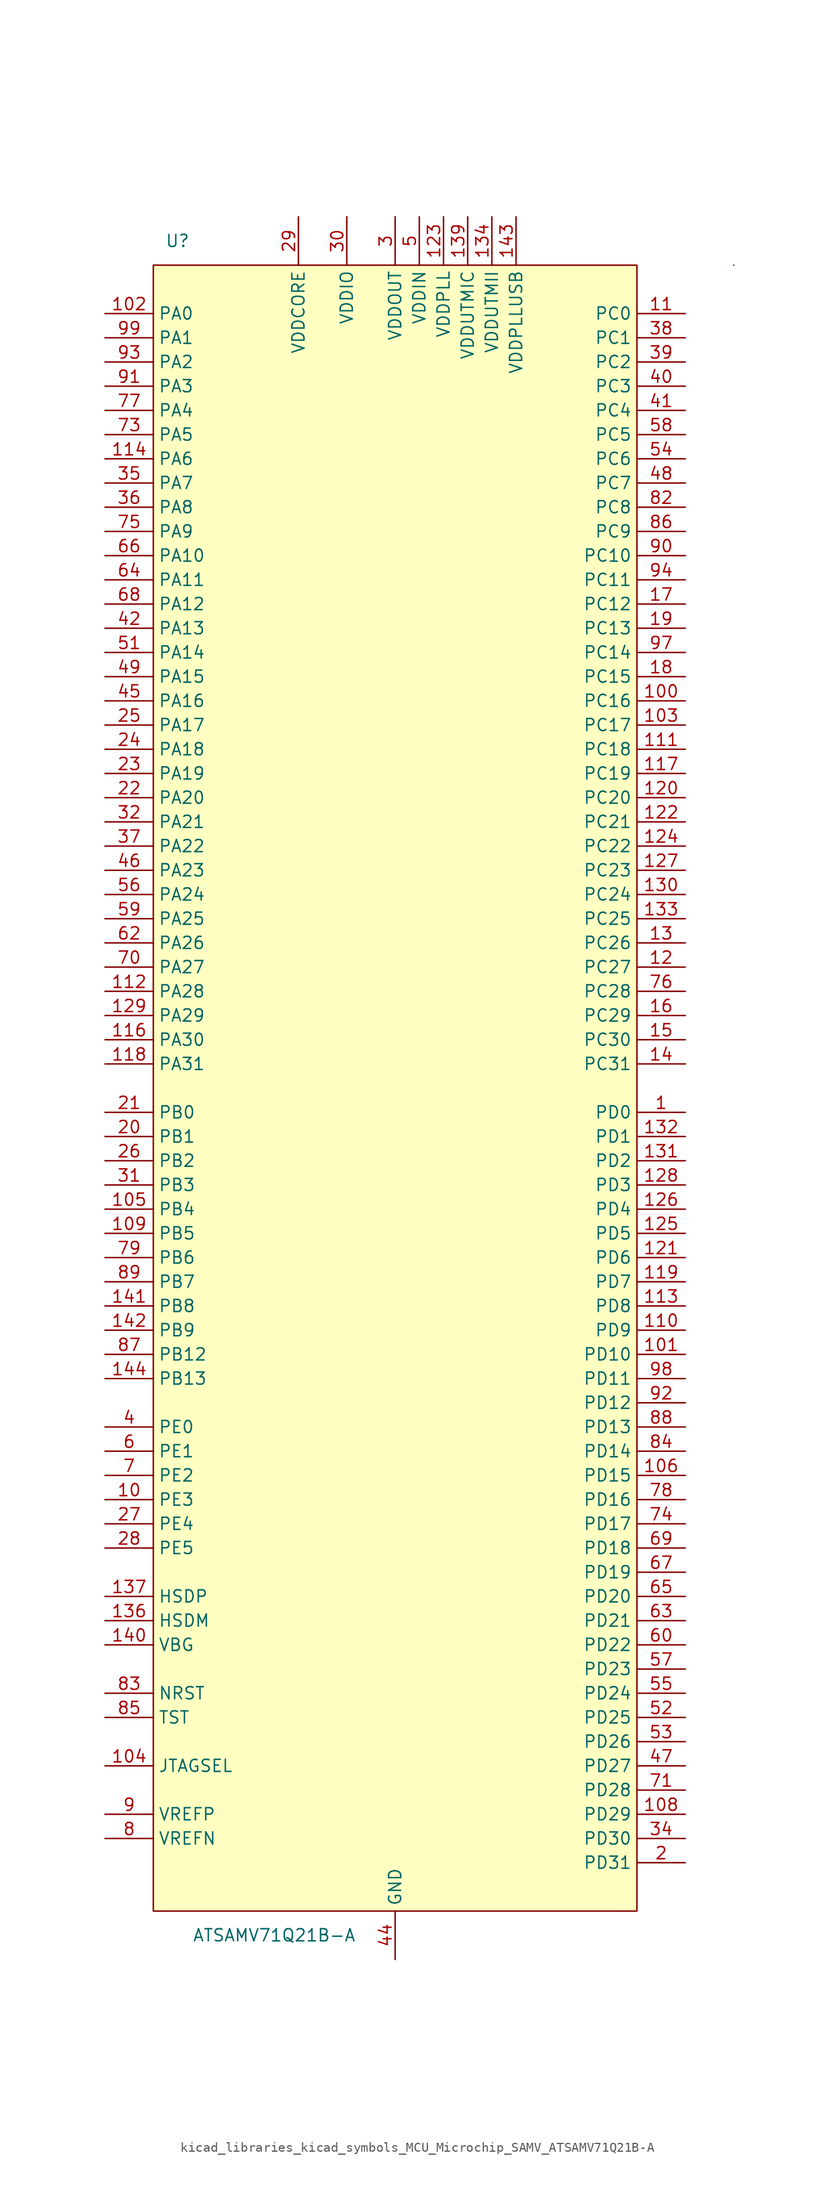
<source format=kicad_sym>
(kicad_symbol_lib
  (version 20220914)
  (generator kicad_symbol_editor)
  (symbol "kicad_libraries_kicad_symbols_MCU_Microchip_SAMV_ATSAMV71Q21B-A"
    (property "Reference" "U"
      (at -22.86 88.9 0)
      (effects (font (size 1.27 1.27))))
    (property "Value" "ATSAMV71Q21B-A"
      (at -12.7 -88.9 0)
      (effects (font (size 1.27 1.27))))
    (symbol "kicad_libraries_kicad_symbols_MCU_Microchip_SAMV_ATSAMV71Q21B-A_0_1"
      (rectangle (start 25.4 86.36) (end -25.4 -86.36) (stroke (width 0) (type default)) (fill (type background)))
      (rectangle (start 35.56 86.36) (end 35.56 86.36) (stroke (width 0) (type default)) (fill (type none))))
    (symbol "kicad_libraries_kicad_symbols_MCU_Microchip_SAMV_ATSAMV71Q21B-A_1_1"
      (pin bidirectional line (at 30.48 -2.54 180) (length 5.08) (name "PD0" (effects (font (size 1.27 1.27)))) (number "1" (effects (font (size 1.27 1.27)))))
      (pin bidirectional line (at -30.48 -43.18 0) (length 5.08) (name "PE3" (effects (font (size 1.27 1.27)))) (number "10" (effects (font (size 1.27 1.27)))))
      (pin bidirectional line (at 30.48 40.64 180) (length 5.08) (name "PC16" (effects (font (size 1.27 1.27)))) (number "100" (effects (font (size 1.27 1.27)))))
      (pin bidirectional line (at 30.48 -27.94 180) (length 5.08) (name "PD10" (effects (font (size 1.27 1.27)))) (number "101" (effects (font (size 1.27 1.27)))))
      (pin bidirectional line (at -30.48 81.28 0) (length 5.08) (name "PA0" (effects (font (size 1.27 1.27)))) (number "102" (effects (font (size 1.27 1.27)))))
      (pin bidirectional line (at 30.48 38.1 180) (length 5.08) (name "PC17" (effects (font (size 1.27 1.27)))) (number "103" (effects (font (size 1.27 1.27)))))
      (pin input line (at -30.48 -71.12 0) (length 5.08) (name "JTAGSEL" (effects (font (size 1.27 1.27)))) (number "104" (effects (font (size 1.27 1.27)))))
      (pin bidirectional line (at -30.48 -12.7 0) (length 5.08) (name "PB4" (effects (font (size 1.27 1.27)))) (number "105" (effects (font (size 1.27 1.27)))))
      (pin bidirectional line (at 30.48 -40.64 180) (length 5.08) (name "PD15" (effects (font (size 1.27 1.27)))) (number "106" (effects (font (size 1.27 1.27)))))
      (pin passive line (at -10.16 91.44 270) (length 5.08) hide (name "VDDCORE" (effects (font (size 1.27 1.27)))) (number "107" (effects (font (size 1.27 1.27)))))
      (pin bidirectional line (at 30.48 -76.2 180) (length 5.08) (name "PD29" (effects (font (size 1.27 1.27)))) (number "108" (effects (font (size 1.27 1.27)))))
      (pin bidirectional line (at -30.48 -15.24 0) (length 5.08) (name "PB5" (effects (font (size 1.27 1.27)))) (number "109" (effects (font (size 1.27 1.27)))))
      (pin bidirectional line (at 30.48 81.28 180) (length 5.08) (name "PC0" (effects (font (size 1.27 1.27)))) (number "11" (effects (font (size 1.27 1.27)))))
      (pin bidirectional line (at 30.48 -25.4 180) (length 5.08) (name "PD9" (effects (font (size 1.27 1.27)))) (number "110" (effects (font (size 1.27 1.27)))))
      (pin bidirectional line (at 30.48 35.56 180) (length 5.08) (name "PC18" (effects (font (size 1.27 1.27)))) (number "111" (effects (font (size 1.27 1.27)))))
      (pin bidirectional line (at -30.48 10.16 0) (length 5.08) (name "PA28" (effects (font (size 1.27 1.27)))) (number "112" (effects (font (size 1.27 1.27)))))
      (pin bidirectional line (at 30.48 -22.86 180) (length 5.08) (name "PD8" (effects (font (size 1.27 1.27)))) (number "113" (effects (font (size 1.27 1.27)))))
      (pin bidirectional line (at -30.48 66.04 0) (length 5.08) (name "PA6" (effects (font (size 1.27 1.27)))) (number "114" (effects (font (size 1.27 1.27)))))
      (pin passive line (at 0 -91.44 90) (length 5.08) hide (name "GND" (effects (font (size 1.27 1.27)))) (number "115" (effects (font (size 1.27 1.27)))))
      (pin bidirectional line (at -30.48 5.08 0) (length 5.08) (name "PA30" (effects (font (size 1.27 1.27)))) (number "116" (effects (font (size 1.27 1.27)))))
      (pin bidirectional line (at 30.48 33.02 180) (length 5.08) (name "PC19" (effects (font (size 1.27 1.27)))) (number "117" (effects (font (size 1.27 1.27)))))
      (pin bidirectional line (at -30.48 2.54 0) (length 5.08) (name "PA31" (effects (font (size 1.27 1.27)))) (number "118" (effects (font (size 1.27 1.27)))))
      (pin bidirectional line (at 30.48 -20.32 180) (length 5.08) (name "PD7" (effects (font (size 1.27 1.27)))) (number "119" (effects (font (size 1.27 1.27)))))
      (pin bidirectional line (at 30.48 12.7 180) (length 5.08) (name "PC27" (effects (font (size 1.27 1.27)))) (number "12" (effects (font (size 1.27 1.27)))))
      (pin bidirectional line (at 30.48 30.48 180) (length 5.08) (name "PC20" (effects (font (size 1.27 1.27)))) (number "120" (effects (font (size 1.27 1.27)))))
      (pin bidirectional line (at 30.48 -17.78 180) (length 5.08) (name "PD6" (effects (font (size 1.27 1.27)))) (number "121" (effects (font (size 1.27 1.27)))))
      (pin bidirectional line (at 30.48 27.94 180) (length 5.08) (name "PC21" (effects (font (size 1.27 1.27)))) (number "122" (effects (font (size 1.27 1.27)))))
      (pin power_in line (at 5.08 91.44 270) (length 5.08) (name "VDDPLL" (effects (font (size 1.27 1.27)))) (number "123" (effects (font (size 1.27 1.27)))))
      (pin bidirectional line (at 30.48 25.4 180) (length 5.08) (name "PC22" (effects (font (size 1.27 1.27)))) (number "124" (effects (font (size 1.27 1.27)))))
      (pin bidirectional line (at 30.48 -15.24 180) (length 5.08) (name "PD5" (effects (font (size 1.27 1.27)))) (number "125" (effects (font (size 1.27 1.27)))))
      (pin bidirectional line (at 30.48 -12.7 180) (length 5.08) (name "PD4" (effects (font (size 1.27 1.27)))) (number "126" (effects (font (size 1.27 1.27)))))
      (pin bidirectional line (at 30.48 22.86 180) (length 5.08) (name "PC23" (effects (font (size 1.27 1.27)))) (number "127" (effects (font (size 1.27 1.27)))))
      (pin bidirectional line (at 30.48 -10.16 180) (length 5.08) (name "PD3" (effects (font (size 1.27 1.27)))) (number "128" (effects (font (size 1.27 1.27)))))
      (pin bidirectional line (at -30.48 7.62 0) (length 5.08) (name "PA29" (effects (font (size 1.27 1.27)))) (number "129" (effects (font (size 1.27 1.27)))))
      (pin bidirectional line (at 30.48 15.24 180) (length 5.08) (name "PC26" (effects (font (size 1.27 1.27)))) (number "13" (effects (font (size 1.27 1.27)))))
      (pin bidirectional line (at 30.48 20.32 180) (length 5.08) (name "PC24" (effects (font (size 1.27 1.27)))) (number "130" (effects (font (size 1.27 1.27)))))
      (pin bidirectional line (at 30.48 -7.62 180) (length 5.08) (name "PD2" (effects (font (size 1.27 1.27)))) (number "131" (effects (font (size 1.27 1.27)))))
      (pin bidirectional line (at 30.48 -5.08 180) (length 5.08) (name "PD1" (effects (font (size 1.27 1.27)))) (number "132" (effects (font (size 1.27 1.27)))))
      (pin bidirectional line (at 30.48 17.78 180) (length 5.08) (name "PC25" (effects (font (size 1.27 1.27)))) (number "133" (effects (font (size 1.27 1.27)))))
      (pin power_in line (at 10.16 91.44 270) (length 5.08) (name "VDDUTMII" (effects (font (size 1.27 1.27)))) (number "134" (effects (font (size 1.27 1.27)))))
      (pin passive line (at 0 -91.44 90) (length 5.08) hide (name "GND" (effects (font (size 1.27 1.27)))) (number "135" (effects (font (size 1.27 1.27)))))
      (pin bidirectional line (at -30.48 -55.88 0) (length 5.08) (name "HSDM" (effects (font (size 1.27 1.27)))) (number "136" (effects (font (size 1.27 1.27)))))
      (pin bidirectional line (at -30.48 -53.34 0) (length 5.08) (name "HSDP" (effects (font (size 1.27 1.27)))) (number "137" (effects (font (size 1.27 1.27)))))
      (pin passive line (at 0 -91.44 90) (length 5.08) hide (name "GND" (effects (font (size 1.27 1.27)))) (number "138" (effects (font (size 1.27 1.27)))))
      (pin power_in line (at 7.62 91.44 270) (length 5.08) (name "VDDUTMIC" (effects (font (size 1.27 1.27)))) (number "139" (effects (font (size 1.27 1.27)))))
      (pin bidirectional line (at 30.48 2.54 180) (length 5.08) (name "PC31" (effects (font (size 1.27 1.27)))) (number "14" (effects (font (size 1.27 1.27)))))
      (pin input line (at -30.48 -58.42 0) (length 5.08) (name "VBG" (effects (font (size 1.27 1.27)))) (number "140" (effects (font (size 1.27 1.27)))))
      (pin bidirectional line (at -30.48 -22.86 0) (length 5.08) (name "PB8" (effects (font (size 1.27 1.27)))) (number "141" (effects (font (size 1.27 1.27)))))
      (pin bidirectional line (at -30.48 -25.4 0) (length 5.08) (name "PB9" (effects (font (size 1.27 1.27)))) (number "142" (effects (font (size 1.27 1.27)))))
      (pin power_in line (at 12.7 91.44 270) (length 5.08) (name "VDDPLLUSB" (effects (font (size 1.27 1.27)))) (number "143" (effects (font (size 1.27 1.27)))))
      (pin bidirectional line (at -30.48 -30.48 0) (length 5.08) (name "PB13" (effects (font (size 1.27 1.27)))) (number "144" (effects (font (size 1.27 1.27)))))
      (pin bidirectional line (at 30.48 5.08 180) (length 5.08) (name "PC30" (effects (font (size 1.27 1.27)))) (number "15" (effects (font (size 1.27 1.27)))))
      (pin bidirectional line (at 30.48 7.62 180) (length 5.08) (name "PC29" (effects (font (size 1.27 1.27)))) (number "16" (effects (font (size 1.27 1.27)))))
      (pin bidirectional line (at 30.48 50.8 180) (length 5.08) (name "PC12" (effects (font (size 1.27 1.27)))) (number "17" (effects (font (size 1.27 1.27)))))
      (pin bidirectional line (at 30.48 43.18 180) (length 5.08) (name "PC15" (effects (font (size 1.27 1.27)))) (number "18" (effects (font (size 1.27 1.27)))))
      (pin bidirectional line (at 30.48 48.26 180) (length 5.08) (name "PC13" (effects (font (size 1.27 1.27)))) (number "19" (effects (font (size 1.27 1.27)))))
      (pin bidirectional line (at 30.48 -81.28 180) (length 5.08) (name "PD31" (effects (font (size 1.27 1.27)))) (number "2" (effects (font (size 1.27 1.27)))))
      (pin bidirectional line (at -30.48 -5.08 0) (length 5.08) (name "PB1" (effects (font (size 1.27 1.27)))) (number "20" (effects (font (size 1.27 1.27)))))
      (pin bidirectional line (at -30.48 -2.54 0) (length 5.08) (name "PB0" (effects (font (size 1.27 1.27)))) (number "21" (effects (font (size 1.27 1.27)))))
      (pin bidirectional line (at -30.48 30.48 0) (length 5.08) (name "PA20" (effects (font (size 1.27 1.27)))) (number "22" (effects (font (size 1.27 1.27)))))
      (pin bidirectional line (at -30.48 33.02 0) (length 5.08) (name "PA19" (effects (font (size 1.27 1.27)))) (number "23" (effects (font (size 1.27 1.27)))))
      (pin bidirectional line (at -30.48 35.56 0) (length 5.08) (name "PA18" (effects (font (size 1.27 1.27)))) (number "24" (effects (font (size 1.27 1.27)))))
      (pin bidirectional line (at -30.48 38.1 0) (length 5.08) (name "PA17" (effects (font (size 1.27 1.27)))) (number "25" (effects (font (size 1.27 1.27)))))
      (pin bidirectional line (at -30.48 -7.62 0) (length 5.08) (name "PB2" (effects (font (size 1.27 1.27)))) (number "26" (effects (font (size 1.27 1.27)))))
      (pin bidirectional line (at -30.48 -45.72 0) (length 5.08) (name "PE4" (effects (font (size 1.27 1.27)))) (number "27" (effects (font (size 1.27 1.27)))))
      (pin bidirectional line (at -30.48 -48.26 0) (length 5.08) (name "PE5" (effects (font (size 1.27 1.27)))) (number "28" (effects (font (size 1.27 1.27)))))
      (pin power_in line (at -10.16 91.44 270) (length 5.08) (name "VDDCORE" (effects (font (size 1.27 1.27)))) (number "29" (effects (font (size 1.27 1.27)))))
      (pin power_in line (at 0 91.44 270) (length 5.08) (name "VDDOUT" (effects (font (size 1.27 1.27)))) (number "3" (effects (font (size 1.27 1.27)))))
      (pin power_in line (at -5.08 91.44 270) (length 5.08) (name "VDDIO" (effects (font (size 1.27 1.27)))) (number "30" (effects (font (size 1.27 1.27)))))
      (pin bidirectional line (at -30.48 -10.16 0) (length 5.08) (name "PB3" (effects (font (size 1.27 1.27)))) (number "31" (effects (font (size 1.27 1.27)))))
      (pin bidirectional line (at -30.48 27.94 0) (length 5.08) (name "PA21" (effects (font (size 1.27 1.27)))) (number "32" (effects (font (size 1.27 1.27)))))
      (pin passive line (at -10.16 91.44 270) (length 5.08) hide (name "VDDCORE" (effects (font (size 1.27 1.27)))) (number "33" (effects (font (size 1.27 1.27)))))
      (pin bidirectional line (at 30.48 -78.74 180) (length 5.08) (name "PD30" (effects (font (size 1.27 1.27)))) (number "34" (effects (font (size 1.27 1.27)))))
      (pin bidirectional line (at -30.48 63.5 0) (length 5.08) (name "PA7" (effects (font (size 1.27 1.27)))) (number "35" (effects (font (size 1.27 1.27)))))
      (pin bidirectional line (at -30.48 60.96 0) (length 5.08) (name "PA8" (effects (font (size 1.27 1.27)))) (number "36" (effects (font (size 1.27 1.27)))))
      (pin bidirectional line (at -30.48 25.4 0) (length 5.08) (name "PA22" (effects (font (size 1.27 1.27)))) (number "37" (effects (font (size 1.27 1.27)))))
      (pin bidirectional line (at 30.48 78.74 180) (length 5.08) (name "PC1" (effects (font (size 1.27 1.27)))) (number "38" (effects (font (size 1.27 1.27)))))
      (pin bidirectional line (at 30.48 76.2 180) (length 5.08) (name "PC2" (effects (font (size 1.27 1.27)))) (number "39" (effects (font (size 1.27 1.27)))))
      (pin bidirectional line (at -30.48 -35.56 0) (length 5.08) (name "PE0" (effects (font (size 1.27 1.27)))) (number "4" (effects (font (size 1.27 1.27)))))
      (pin bidirectional line (at 30.48 73.66 180) (length 5.08) (name "PC3" (effects (font (size 1.27 1.27)))) (number "40" (effects (font (size 1.27 1.27)))))
      (pin bidirectional line (at 30.48 71.12 180) (length 5.08) (name "PC4" (effects (font (size 1.27 1.27)))) (number "41" (effects (font (size 1.27 1.27)))))
      (pin bidirectional line (at -30.48 48.26 0) (length 5.08) (name "PA13" (effects (font (size 1.27 1.27)))) (number "42" (effects (font (size 1.27 1.27)))))
      (pin passive line (at -5.08 91.44 270) (length 5.08) hide (name "VDDIO" (effects (font (size 1.27 1.27)))) (number "43" (effects (font (size 1.27 1.27)))))
      (pin power_in line (at 0 -91.44 90) (length 5.08) (name "GND" (effects (font (size 1.27 1.27)))) (number "44" (effects (font (size 1.27 1.27)))))
      (pin bidirectional line (at -30.48 40.64 0) (length 5.08) (name "PA16" (effects (font (size 1.27 1.27)))) (number "45" (effects (font (size 1.27 1.27)))))
      (pin bidirectional line (at -30.48 22.86 0) (length 5.08) (name "PA23" (effects (font (size 1.27 1.27)))) (number "46" (effects (font (size 1.27 1.27)))))
      (pin bidirectional line (at 30.48 -71.12 180) (length 5.08) (name "PD27" (effects (font (size 1.27 1.27)))) (number "47" (effects (font (size 1.27 1.27)))))
      (pin bidirectional line (at 30.48 63.5 180) (length 5.08) (name "PC7" (effects (font (size 1.27 1.27)))) (number "48" (effects (font (size 1.27 1.27)))))
      (pin bidirectional line (at -30.48 43.18 0) (length 5.08) (name "PA15" (effects (font (size 1.27 1.27)))) (number "49" (effects (font (size 1.27 1.27)))))
      (pin power_in line (at 2.54 91.44 270) (length 5.08) (name "VDDIN" (effects (font (size 1.27 1.27)))) (number "5" (effects (font (size 1.27 1.27)))))
      (pin passive line (at -10.16 91.44 270) (length 5.08) hide (name "VDDCORE" (effects (font (size 1.27 1.27)))) (number "50" (effects (font (size 1.27 1.27)))))
      (pin bidirectional line (at -30.48 45.72 0) (length 5.08) (name "PA14" (effects (font (size 1.27 1.27)))) (number "51" (effects (font (size 1.27 1.27)))))
      (pin bidirectional line (at 30.48 -66.04 180) (length 5.08) (name "PD25" (effects (font (size 1.27 1.27)))) (number "52" (effects (font (size 1.27 1.27)))))
      (pin bidirectional line (at 30.48 -68.58 180) (length 5.08) (name "PD26" (effects (font (size 1.27 1.27)))) (number "53" (effects (font (size 1.27 1.27)))))
      (pin bidirectional line (at 30.48 66.04 180) (length 5.08) (name "PC6" (effects (font (size 1.27 1.27)))) (number "54" (effects (font (size 1.27 1.27)))))
      (pin bidirectional line (at 30.48 -63.5 180) (length 5.08) (name "PD24" (effects (font (size 1.27 1.27)))) (number "55" (effects (font (size 1.27 1.27)))))
      (pin bidirectional line (at -30.48 20.32 0) (length 5.08) (name "PA24" (effects (font (size 1.27 1.27)))) (number "56" (effects (font (size 1.27 1.27)))))
      (pin bidirectional line (at 30.48 -60.96 180) (length 5.08) (name "PD23" (effects (font (size 1.27 1.27)))) (number "57" (effects (font (size 1.27 1.27)))))
      (pin bidirectional line (at 30.48 68.58 180) (length 5.08) (name "PC5" (effects (font (size 1.27 1.27)))) (number "58" (effects (font (size 1.27 1.27)))))
      (pin bidirectional line (at -30.48 17.78 0) (length 5.08) (name "PA25" (effects (font (size 1.27 1.27)))) (number "59" (effects (font (size 1.27 1.27)))))
      (pin bidirectional line (at -30.48 -38.1 0) (length 5.08) (name "PE1" (effects (font (size 1.27 1.27)))) (number "6" (effects (font (size 1.27 1.27)))))
      (pin bidirectional line (at 30.48 -58.42 180) (length 5.08) (name "PD22" (effects (font (size 1.27 1.27)))) (number "60" (effects (font (size 1.27 1.27)))))
      (pin passive line (at 0 -91.44 90) (length 5.08) hide (name "GND" (effects (font (size 1.27 1.27)))) (number "61" (effects (font (size 1.27 1.27)))))
      (pin bidirectional line (at -30.48 15.24 0) (length 5.08) (name "PA26" (effects (font (size 1.27 1.27)))) (number "62" (effects (font (size 1.27 1.27)))))
      (pin bidirectional line (at 30.48 -55.88 180) (length 5.08) (name "PD21" (effects (font (size 1.27 1.27)))) (number "63" (effects (font (size 1.27 1.27)))))
      (pin bidirectional line (at -30.48 53.34 0) (length 5.08) (name "PA11" (effects (font (size 1.27 1.27)))) (number "64" (effects (font (size 1.27 1.27)))))
      (pin bidirectional line (at 30.48 -53.34 180) (length 5.08) (name "PD20" (effects (font (size 1.27 1.27)))) (number "65" (effects (font (size 1.27 1.27)))))
      (pin bidirectional line (at -30.48 55.88 0) (length 5.08) (name "PA10" (effects (font (size 1.27 1.27)))) (number "66" (effects (font (size 1.27 1.27)))))
      (pin bidirectional line (at 30.48 -50.8 180) (length 5.08) (name "PD19" (effects (font (size 1.27 1.27)))) (number "67" (effects (font (size 1.27 1.27)))))
      (pin bidirectional line (at -30.48 50.8 0) (length 5.08) (name "PA12" (effects (font (size 1.27 1.27)))) (number "68" (effects (font (size 1.27 1.27)))))
      (pin bidirectional line (at 30.48 -48.26 180) (length 5.08) (name "PD18" (effects (font (size 1.27 1.27)))) (number "69" (effects (font (size 1.27 1.27)))))
      (pin bidirectional line (at -30.48 -40.64 0) (length 5.08) (name "PE2" (effects (font (size 1.27 1.27)))) (number "7" (effects (font (size 1.27 1.27)))))
      (pin bidirectional line (at -30.48 12.7 0) (length 5.08) (name "PA27" (effects (font (size 1.27 1.27)))) (number "70" (effects (font (size 1.27 1.27)))))
      (pin bidirectional line (at 30.48 -73.66 180) (length 5.08) (name "PD28" (effects (font (size 1.27 1.27)))) (number "71" (effects (font (size 1.27 1.27)))))
      (pin passive line (at -5.08 91.44 270) (length 5.08) hide (name "VDDIO" (effects (font (size 1.27 1.27)))) (number "72" (effects (font (size 1.27 1.27)))))
      (pin bidirectional line (at -30.48 68.58 0) (length 5.08) (name "PA5" (effects (font (size 1.27 1.27)))) (number "73" (effects (font (size 1.27 1.27)))))
      (pin bidirectional line (at 30.48 -45.72 180) (length 5.08) (name "PD17" (effects (font (size 1.27 1.27)))) (number "74" (effects (font (size 1.27 1.27)))))
      (pin bidirectional line (at -30.48 58.42 0) (length 5.08) (name "PA9" (effects (font (size 1.27 1.27)))) (number "75" (effects (font (size 1.27 1.27)))))
      (pin bidirectional line (at 30.48 10.16 180) (length 5.08) (name "PC28" (effects (font (size 1.27 1.27)))) (number "76" (effects (font (size 1.27 1.27)))))
      (pin bidirectional line (at -30.48 71.12 0) (length 5.08) (name "PA4" (effects (font (size 1.27 1.27)))) (number "77" (effects (font (size 1.27 1.27)))))
      (pin bidirectional line (at 30.48 -43.18 180) (length 5.08) (name "PD16" (effects (font (size 1.27 1.27)))) (number "78" (effects (font (size 1.27 1.27)))))
      (pin bidirectional line (at -30.48 -17.78 0) (length 5.08) (name "PB6" (effects (font (size 1.27 1.27)))) (number "79" (effects (font (size 1.27 1.27)))))
      (pin bidirectional line (at -30.48 -78.74 0) (length 5.08) (name "VREFN" (effects (font (size 1.27 1.27)))) (number "8" (effects (font (size 1.27 1.27)))))
      (pin passive line (at -5.08 91.44 270) (length 5.08) hide (name "VDDIO" (effects (font (size 1.27 1.27)))) (number "80" (effects (font (size 1.27 1.27)))))
      (pin passive line (at -10.16 91.44 270) (length 5.08) hide (name "VDDCORE" (effects (font (size 1.27 1.27)))) (number "81" (effects (font (size 1.27 1.27)))))
      (pin bidirectional line (at 30.48 60.96 180) (length 5.08) (name "PC8" (effects (font (size 1.27 1.27)))) (number "82" (effects (font (size 1.27 1.27)))))
      (pin bidirectional line (at -30.48 -63.5 0) (length 5.08) (name "NRST" (effects (font (size 1.27 1.27)))) (number "83" (effects (font (size 1.27 1.27)))))
      (pin bidirectional line (at 30.48 -38.1 180) (length 5.08) (name "PD14" (effects (font (size 1.27 1.27)))) (number "84" (effects (font (size 1.27 1.27)))))
      (pin input line (at -30.48 -66.04 0) (length 5.08) (name "TST" (effects (font (size 1.27 1.27)))) (number "85" (effects (font (size 1.27 1.27)))))
      (pin bidirectional line (at 30.48 58.42 180) (length 5.08) (name "PC9" (effects (font (size 1.27 1.27)))) (number "86" (effects (font (size 1.27 1.27)))))
      (pin bidirectional line (at -30.48 -27.94 0) (length 5.08) (name "PB12" (effects (font (size 1.27 1.27)))) (number "87" (effects (font (size 1.27 1.27)))))
      (pin bidirectional line (at 30.48 -35.56 180) (length 5.08) (name "PD13" (effects (font (size 1.27 1.27)))) (number "88" (effects (font (size 1.27 1.27)))))
      (pin bidirectional line (at -30.48 -20.32 0) (length 5.08) (name "PB7" (effects (font (size 1.27 1.27)))) (number "89" (effects (font (size 1.27 1.27)))))
      (pin input line (at -30.48 -76.2 0) (length 5.08) (name "VREFP" (effects (font (size 1.27 1.27)))) (number "9" (effects (font (size 1.27 1.27)))))
      (pin bidirectional line (at 30.48 55.88 180) (length 5.08) (name "PC10" (effects (font (size 1.27 1.27)))) (number "90" (effects (font (size 1.27 1.27)))))
      (pin bidirectional line (at -30.48 73.66 0) (length 5.08) (name "PA3" (effects (font (size 1.27 1.27)))) (number "91" (effects (font (size 1.27 1.27)))))
      (pin bidirectional line (at 30.48 -33.02 180) (length 5.08) (name "PD12" (effects (font (size 1.27 1.27)))) (number "92" (effects (font (size 1.27 1.27)))))
      (pin bidirectional line (at -30.48 76.2 0) (length 5.08) (name "PA2" (effects (font (size 1.27 1.27)))) (number "93" (effects (font (size 1.27 1.27)))))
      (pin bidirectional line (at 30.48 53.34 180) (length 5.08) (name "PC11" (effects (font (size 1.27 1.27)))) (number "94" (effects (font (size 1.27 1.27)))))
      (pin passive line (at 0 -91.44 90) (length 5.08) hide (name "GND" (effects (font (size 1.27 1.27)))) (number "95" (effects (font (size 1.27 1.27)))))
      (pin passive line (at -5.08 91.44 270) (length 5.08) hide (name "VDDIO" (effects (font (size 1.27 1.27)))) (number "96" (effects (font (size 1.27 1.27)))))
      (pin bidirectional line (at 30.48 45.72 180) (length 5.08) (name "PC14" (effects (font (size 1.27 1.27)))) (number "97" (effects (font (size 1.27 1.27)))))
      (pin bidirectional line (at 30.48 -30.48 180) (length 5.08) (name "PD11" (effects (font (size 1.27 1.27)))) (number "98" (effects (font (size 1.27 1.27)))))
      (pin bidirectional line (at -30.48 78.74 0) (length 5.08) (name "PA1" (effects (font (size 1.27 1.27)))) (number "99" (effects (font (size 1.27 1.27))))))))
</source>
